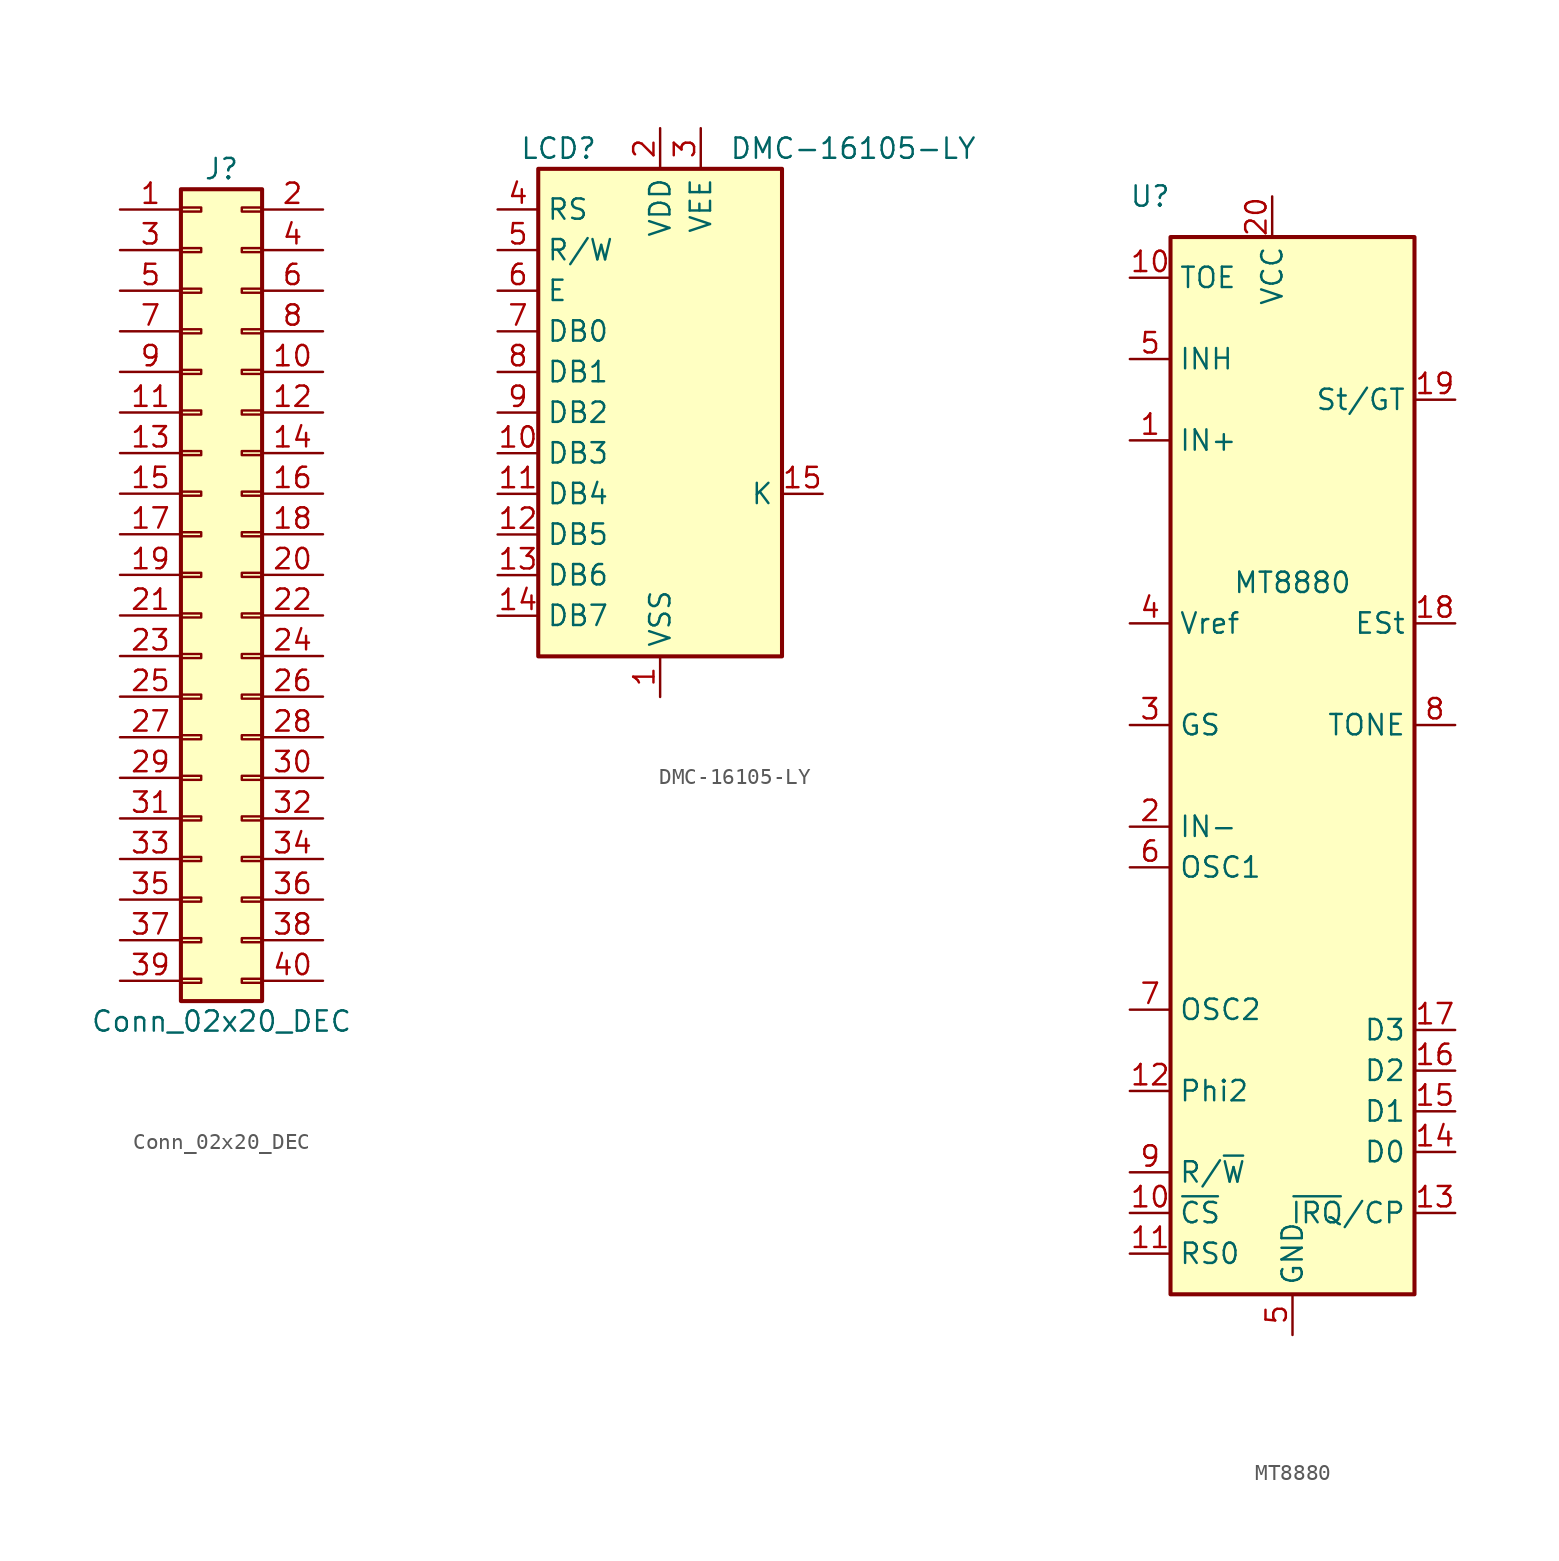
<source format=kicad_sym>
(kicad_symbol_lib
  (version 20220914)
  (generator kicad_symbol_editor)
  (symbol "Conn_02x20_DEC"
    (pin_names
      (offset 1.016) hide)
    (property "Reference" "J"
      (at 1.27 25.4 0)
      (effects (font (size 1.27 1.27))))
    (property "Value" "Conn_02x20_DEC"
      (at 1.27 -27.94 0)
      (effects (font (size 1.27 1.27))))
    (symbol "Conn_02x20_DEC_1_1"
      (rectangle (start -1.27 -25.273) (end 0 -25.527) (stroke (width 0.152) (type solid)) (fill (type none)))
      (rectangle (start -1.27 -22.733) (end 0 -22.987) (stroke (width 0.152) (type solid)) (fill (type none)))
      (rectangle (start -1.27 -20.193) (end 0 -20.447) (stroke (width 0.152) (type solid)) (fill (type none)))
      (rectangle (start -1.27 -17.653) (end 0 -17.907) (stroke (width 0.152) (type solid)) (fill (type none)))
      (rectangle (start -1.27 -15.113) (end 0 -15.367) (stroke (width 0.152) (type solid)) (fill (type none)))
      (rectangle (start -1.27 -12.573) (end 0 -12.827) (stroke (width 0.152) (type solid)) (fill (type none)))
      (rectangle (start -1.27 -10.033) (end 0 -10.287) (stroke (width 0.152) (type solid)) (fill (type none)))
      (rectangle (start -1.27 -7.493) (end 0 -7.747) (stroke (width 0.152) (type solid)) (fill (type none)))
      (rectangle (start -1.27 -4.953) (end 0 -5.207) (stroke (width 0.152) (type solid)) (fill (type none)))
      (rectangle (start -1.27 -2.413) (end 0 -2.667) (stroke (width 0.152) (type solid)) (fill (type none)))
      (rectangle (start -1.27 0.127) (end 0 -0.127) (stroke (width 0.152) (type solid)) (fill (type none)))
      (rectangle (start -1.27 2.667) (end 0 2.413) (stroke (width 0.152) (type solid)) (fill (type none)))
      (rectangle (start -1.27 5.207) (end 0 4.953) (stroke (width 0.152) (type solid)) (fill (type none)))
      (rectangle (start -1.27 7.747) (end 0 7.493) (stroke (width 0.152) (type solid)) (fill (type none)))
      (rectangle (start -1.27 10.287) (end 0 10.033) (stroke (width 0.152) (type solid)) (fill (type none)))
      (rectangle (start -1.27 12.827) (end 0 12.573) (stroke (width 0.152) (type solid)) (fill (type none)))
      (rectangle (start -1.27 15.367) (end 0 15.113) (stroke (width 0.152) (type solid)) (fill (type none)))
      (rectangle (start -1.27 17.907) (end 0 17.653) (stroke (width 0.152) (type solid)) (fill (type none)))
      (rectangle (start -1.27 20.447) (end 0 20.193) (stroke (width 0.152) (type solid)) (fill (type none)))
      (rectangle (start -1.27 22.987) (end 0 22.733) (stroke (width 0.152) (type solid)) (fill (type none)))
      (rectangle (start -1.27 24.13) (end 3.81 -26.67) (stroke (width 0.254) (type solid)) (fill (type background)))
      (rectangle (start 3.81 -25.273) (end 2.54 -25.527) (stroke (width 0.152) (type solid)) (fill (type none)))
      (rectangle (start 3.81 -22.733) (end 2.54 -22.987) (stroke (width 0.152) (type solid)) (fill (type none)))
      (rectangle (start 3.81 -20.193) (end 2.54 -20.447) (stroke (width 0.152) (type solid)) (fill (type none)))
      (rectangle (start 3.81 -17.653) (end 2.54 -17.907) (stroke (width 0.152) (type solid)) (fill (type none)))
      (rectangle (start 3.81 -15.113) (end 2.54 -15.367) (stroke (width 0.152) (type solid)) (fill (type none)))
      (rectangle (start 3.81 -12.573) (end 2.54 -12.827) (stroke (width 0.152) (type solid)) (fill (type none)))
      (rectangle (start 3.81 -10.033) (end 2.54 -10.287) (stroke (width 0.152) (type solid)) (fill (type none)))
      (rectangle (start 3.81 -7.493) (end 2.54 -7.747) (stroke (width 0.152) (type solid)) (fill (type none)))
      (rectangle (start 3.81 -4.953) (end 2.54 -5.207) (stroke (width 0.152) (type solid)) (fill (type none)))
      (rectangle (start 3.81 -2.413) (end 2.54 -2.667) (stroke (width 0.152) (type solid)) (fill (type none)))
      (rectangle (start 3.81 0.127) (end 2.54 -0.127) (stroke (width 0.152) (type solid)) (fill (type none)))
      (rectangle (start 3.81 2.667) (end 2.54 2.413) (stroke (width 0.152) (type solid)) (fill (type none)))
      (rectangle (start 3.81 5.207) (end 2.54 4.953) (stroke (width 0.152) (type solid)) (fill (type none)))
      (rectangle (start 3.81 7.747) (end 2.54 7.493) (stroke (width 0.152) (type solid)) (fill (type none)))
      (rectangle (start 3.81 10.287) (end 2.54 10.033) (stroke (width 0.152) (type solid)) (fill (type none)))
      (rectangle (start 3.81 12.827) (end 2.54 12.573) (stroke (width 0.152) (type solid)) (fill (type none)))
      (rectangle (start 3.81 15.367) (end 2.54 15.113) (stroke (width 0.152) (type solid)) (fill (type none)))
      (rectangle (start 3.81 17.907) (end 2.54 17.653) (stroke (width 0.152) (type solid)) (fill (type none)))
      (rectangle (start 3.81 20.447) (end 2.54 20.193) (stroke (width 0.152) (type solid)) (fill (type none)))
      (rectangle (start 3.81 22.987) (end 2.54 22.733) (stroke (width 0.152) (type solid)) (fill (type none)))
      (pin passive line (at -5.08 22.86 0) (length 3.81) (name "A" (effects (font (size 1.27 1.27)))) (number "1" (effects (font (size 1.27 1.27)))))
      (pin passive line (at 7.62 12.7 180) (length 3.81) (name "Pin_10" (effects (font (size 1.27 1.27)))) (number "10" (effects (font (size 1.27 1.27)))))
      (pin passive line (at -5.08 10.16 0) (length 3.81) (name "Pin_11" (effects (font (size 1.27 1.27)))) (number "11" (effects (font (size 1.27 1.27)))))
      (pin passive line (at 7.62 10.16 180) (length 3.81) (name "Pin_12" (effects (font (size 1.27 1.27)))) (number "12" (effects (font (size 1.27 1.27)))))
      (pin passive line (at -5.08 7.62 0) (length 3.81) (name "Pin_13" (effects (font (size 1.27 1.27)))) (number "13" (effects (font (size 1.27 1.27)))))
      (pin passive line (at 7.62 7.62 180) (length 3.81) (name "Pin_14" (effects (font (size 1.27 1.27)))) (number "14" (effects (font (size 1.27 1.27)))))
      (pin passive line (at -5.08 5.08 0) (length 3.81) (name "Pin_15" (effects (font (size 1.27 1.27)))) (number "15" (effects (font (size 1.27 1.27)))))
      (pin passive line (at 7.62 5.08 180) (length 3.81) (name "Pin_16" (effects (font (size 1.27 1.27)))) (number "16" (effects (font (size 1.27 1.27)))))
      (pin passive line (at -5.08 2.54 0) (length 3.81) (name "Pin_17" (effects (font (size 1.27 1.27)))) (number "17" (effects (font (size 1.27 1.27)))))
      (pin passive line (at 7.62 2.54 180) (length 3.81) (name "Pin_18" (effects (font (size 1.27 1.27)))) (number "18" (effects (font (size 1.27 1.27)))))
      (pin passive line (at -5.08 0 0) (length 3.81) (name "Pin_19" (effects (font (size 1.27 1.27)))) (number "19" (effects (font (size 1.27 1.27)))))
      (pin passive line (at 7.62 22.86 180) (length 3.81) (name "B" (effects (font (size 1.27 1.27)))) (number "2" (effects (font (size 1.27 1.27)))))
      (pin passive line (at 7.62 0 180) (length 3.81) (name "Pin_20" (effects (font (size 1.27 1.27)))) (number "20" (effects (font (size 1.27 1.27)))))
      (pin passive line (at -5.08 -2.54 0) (length 3.81) (name "Pin_21" (effects (font (size 1.27 1.27)))) (number "21" (effects (font (size 1.27 1.27)))))
      (pin passive line (at 7.62 -2.54 180) (length 3.81) (name "Pin_22" (effects (font (size 1.27 1.27)))) (number "22" (effects (font (size 1.27 1.27)))))
      (pin passive line (at -5.08 -5.08 0) (length 3.81) (name "Pin_23" (effects (font (size 1.27 1.27)))) (number "23" (effects (font (size 1.27 1.27)))))
      (pin passive line (at 7.62 -5.08 180) (length 3.81) (name "Pin_24" (effects (font (size 1.27 1.27)))) (number "24" (effects (font (size 1.27 1.27)))))
      (pin passive line (at -5.08 -7.62 0) (length 3.81) (name "Pin_25" (effects (font (size 1.27 1.27)))) (number "25" (effects (font (size 1.27 1.27)))))
      (pin passive line (at 7.62 -7.62 180) (length 3.81) (name "Pin_26" (effects (font (size 1.27 1.27)))) (number "26" (effects (font (size 1.27 1.27)))))
      (pin passive line (at -5.08 -10.16 0) (length 3.81) (name "Pin_27" (effects (font (size 1.27 1.27)))) (number "27" (effects (font (size 1.27 1.27)))))
      (pin passive line (at 7.62 -10.16 180) (length 3.81) (name "Pin_28" (effects (font (size 1.27 1.27)))) (number "28" (effects (font (size 1.27 1.27)))))
      (pin passive line (at -5.08 -12.7 0) (length 3.81) (name "Pin_29" (effects (font (size 1.27 1.27)))) (number "29" (effects (font (size 1.27 1.27)))))
      (pin passive line (at -5.08 20.32 0) (length 3.81) (name "Pin_3" (effects (font (size 1.27 1.27)))) (number "3" (effects (font (size 1.27 1.27)))))
      (pin passive line (at 7.62 -12.7 180) (length 3.81) (name "Pin_30" (effects (font (size 1.27 1.27)))) (number "30" (effects (font (size 1.27 1.27)))))
      (pin passive line (at -5.08 -15.24 0) (length 3.81) (name "Pin_31" (effects (font (size 1.27 1.27)))) (number "31" (effects (font (size 1.27 1.27)))))
      (pin passive line (at 7.62 -15.24 180) (length 3.81) (name "Pin_32" (effects (font (size 1.27 1.27)))) (number "32" (effects (font (size 1.27 1.27)))))
      (pin passive line (at -5.08 -17.78 0) (length 3.81) (name "Pin_33" (effects (font (size 1.27 1.27)))) (number "33" (effects (font (size 1.27 1.27)))))
      (pin passive line (at 7.62 -17.78 180) (length 3.81) (name "Pin_34" (effects (font (size 1.27 1.27)))) (number "34" (effects (font (size 1.27 1.27)))))
      (pin passive line (at -5.08 -20.32 0) (length 3.81) (name "Pin_35" (effects (font (size 1.27 1.27)))) (number "35" (effects (font (size 1.27 1.27)))))
      (pin passive line (at 7.62 -20.32 180) (length 3.81) (name "Pin_36" (effects (font (size 1.27 1.27)))) (number "36" (effects (font (size 1.27 1.27)))))
      (pin passive line (at -5.08 -22.86 0) (length 3.81) (name "Pin_37" (effects (font (size 1.27 1.27)))) (number "37" (effects (font (size 1.27 1.27)))))
      (pin passive line (at 7.62 -22.86 180) (length 3.81) (name "Pin_38" (effects (font (size 1.27 1.27)))) (number "38" (effects (font (size 1.27 1.27)))))
      (pin passive line (at -5.08 -25.4 0) (length 3.81) (name "Pin_39" (effects (font (size 1.27 1.27)))) (number "39" (effects (font (size 1.27 1.27)))))
      (pin passive line (at 7.62 20.32 180) (length 3.81) (name "Pin_4" (effects (font (size 1.27 1.27)))) (number "4" (effects (font (size 1.27 1.27)))))
      (pin passive line (at 7.62 -25.4 180) (length 3.81) (name "Pin_40" (effects (font (size 1.27 1.27)))) (number "40" (effects (font (size 1.27 1.27)))))
      (pin passive line (at -5.08 17.78 0) (length 3.81) (name "Pin_5" (effects (font (size 1.27 1.27)))) (number "5" (effects (font (size 1.27 1.27)))))
      (pin passive line (at 7.62 17.78 180) (length 3.81) (name "Pin_6" (effects (font (size 1.27 1.27)))) (number "6" (effects (font (size 1.27 1.27)))))
      (pin passive line (at -5.08 15.24 0) (length 3.81) (name "Pin_7" (effects (font (size 1.27 1.27)))) (number "7" (effects (font (size 1.27 1.27)))))
      (pin passive line (at 7.62 15.24 180) (length 3.81) (name "Pin_8" (effects (font (size 1.27 1.27)))) (number "8" (effects (font (size 1.27 1.27)))))
      (pin passive line (at -5.08 12.7 0) (length 3.81) (name "Pin_9" (effects (font (size 1.27 1.27)))) (number "9" (effects (font (size 1.27 1.27)))))))
  (symbol "DMC-16105-LY"
    (property "Reference" "LCD"
      (at -6.35 16.51 0)
      (effects (font (size 1.27 1.27))))
    (property "Value" "DMC-16105-LY"
      (at 4.318 16.51 0)
      (effects (font (size 1.27 1.27)) (justify left)))
    (symbol "DMC-16105-LY_0_1"
      (rectangle (start -7.62 15.24) (end 7.62 -15.24) (stroke (width 0.254) (type solid)) (fill (type background))))
    (symbol "DMC-16105-LY_1_1"
      (pin power_in line (at 0 -17.78 90) (length 2.54) (name "VSS" (effects (font (size 1.27 1.27)))) (number "1" (effects (font (size 1.27 1.27)))))
      (pin bidirectional line (at -10.16 -2.54 0) (length 2.54) (name "DB3" (effects (font (size 1.27 1.27)))) (number "10" (effects (font (size 1.27 1.27)))))
      (pin bidirectional line (at -10.16 -5.08 0) (length 2.54) (name "DB4" (effects (font (size 1.27 1.27)))) (number "11" (effects (font (size 1.27 1.27)))))
      (pin bidirectional line (at -10.16 -7.62 0) (length 2.54) (name "DB5" (effects (font (size 1.27 1.27)))) (number "12" (effects (font (size 1.27 1.27)))))
      (pin bidirectional line (at -10.16 -10.16 0) (length 2.54) (name "DB6" (effects (font (size 1.27 1.27)))) (number "13" (effects (font (size 1.27 1.27)))))
      (pin bidirectional line (at -10.16 -12.7 0) (length 2.54) (name "DB7" (effects (font (size 1.27 1.27)))) (number "14" (effects (font (size 1.27 1.27)))))
      (pin power_in line (at 10.16 -5.08 180) (length 2.54) (name "K" (effects (font (size 1.27 1.27)))) (number "15" (effects (font (size 1.27 1.27)))))
      (pin power_in line (at 0 17.78 270) (length 2.54) (name "VDD" (effects (font (size 1.27 1.27)))) (number "2" (effects (font (size 1.27 1.27)))))
      (pin power_in line (at 2.54 17.78 270) (length 2.54) (name "VEE" (effects (font (size 1.27 1.27)))) (number "3" (effects (font (size 1.27 1.27)))))
      (pin input line (at -10.16 12.7 0) (length 2.54) (name "RS" (effects (font (size 1.27 1.27)))) (number "4" (effects (font (size 1.27 1.27)))))
      (pin input line (at -10.16 10.16 0) (length 2.54) (name "R/W" (effects (font (size 1.27 1.27)))) (number "5" (effects (font (size 1.27 1.27)))))
      (pin input line (at -10.16 7.62 0) (length 2.54) (name "E" (effects (font (size 1.27 1.27)))) (number "6" (effects (font (size 1.27 1.27)))))
      (pin bidirectional line (at -10.16 5.08 0) (length 2.54) (name "DB0" (effects (font (size 1.27 1.27)))) (number "7" (effects (font (size 1.27 1.27)))))
      (pin bidirectional line (at -10.16 2.54 0) (length 2.54) (name "DB1" (effects (font (size 1.27 1.27)))) (number "8" (effects (font (size 1.27 1.27)))))
      (pin bidirectional line (at -10.16 0 0) (length 2.54) (name "DB2" (effects (font (size 1.27 1.27)))) (number "9" (effects (font (size 1.27 1.27)))))))
  (symbol "MT8880"
    (property "Reference" "U"
      (at -8.89 20.32 0)
      (effects (font (size 1.27 1.27))))
    (property "Value" "MT8880"
      (at 0 -3.81 0)
      (effects (font (size 1.27 1.27))))
    (symbol "MT8880_1_0"
      (pin input line (at -10.16 5.08 0) (length 2.54) (name "IN+" (effects (font (size 1.27 1.27)))) (number "1" (effects (font (size 1.27 1.27)))))
      (pin input line (at -10.16 15.24 0) (length 2.54) (name "TOE" (effects (font (size 1.27 1.27)))) (number "10" (effects (font (size 1.27 1.27)))))
      (pin input line (at -10.16 -43.18 0) (length 2.54) (name "~{CS}" (effects (font (size 1.27 1.27)))) (number "10" (effects (font (size 1.27 1.27)))))
      (pin input line (at -10.16 -45.72 0) (length 2.54) (name "RS0" (effects (font (size 1.27 1.27)))) (number "11" (effects (font (size 1.27 1.27)))))
      (pin input line (at -10.16 -35.56 0) (length 2.54) (name "Phi2" (effects (font (size 1.27 1.27)))) (number "12" (effects (font (size 1.27 1.27)))))
      (pin output line (at 10.16 -43.18 180) (length 2.54) (name "~{IRQ}/CP" (effects (font (size 1.27 1.27)))) (number "13" (effects (font (size 1.27 1.27)))))
      (pin tri_state line (at 10.16 -39.37 180) (length 2.54) (name "D0" (effects (font (size 1.27 1.27)))) (number "14" (effects (font (size 1.27 1.27)))))
      (pin tri_state line (at 10.16 -36.83 180) (length 2.54) (name "D1" (effects (font (size 1.27 1.27)))) (number "15" (effects (font (size 1.27 1.27)))))
      (pin tri_state line (at 10.16 -34.29 180) (length 2.54) (name "D2" (effects (font (size 1.27 1.27)))) (number "16" (effects (font (size 1.27 1.27)))))
      (pin tri_state line (at 10.16 -31.75 180) (length 2.54) (name "D3" (effects (font (size 1.27 1.27)))) (number "17" (effects (font (size 1.27 1.27)))))
      (pin tri_state line (at 10.16 -6.35 180) (length 2.54) (name "ESt" (effects (font (size 1.27 1.27)))) (number "18" (effects (font (size 1.27 1.27)))))
      (pin output line (at 10.16 7.62 180) (length 2.54) (name "St/GT" (effects (font (size 1.27 1.27)))) (number "19" (effects (font (size 1.27 1.27)))))
      (pin input line (at -10.16 -19.05 0) (length 2.54) (name "IN-" (effects (font (size 1.27 1.27)))) (number "2" (effects (font (size 1.27 1.27)))))
      (pin power_in line (at -1.27 20.32 270) (length 2.54) (name "VCC" (effects (font (size 1.27 1.27)))) (number "20" (effects (font (size 1.27 1.27)))))
      (pin passive line (at -10.16 -12.7 0) (length 2.54) (name "GS" (effects (font (size 1.27 1.27)))) (number "3" (effects (font (size 1.27 1.27)))))
      (pin output line (at -10.16 -6.35 0) (length 2.54) (name "Vref" (effects (font (size 1.27 1.27)))) (number "4" (effects (font (size 1.27 1.27)))))
      (pin power_in line (at 0 -50.8 90) (length 2.54) (name "GND" (effects (font (size 1.27 1.27)))) (number "5" (effects (font (size 1.27 1.27)))))
      (pin input line (at -10.16 10.16 0) (length 2.54) (name "INH" (effects (font (size 1.27 1.27)))) (number "5" (effects (font (size 1.27 1.27)))))
      (pin input line (at -10.16 -21.59 0) (length 2.54) (name "OSC1" (effects (font (size 1.27 1.27)))) (number "6" (effects (font (size 1.27 1.27)))))
      (pin output line (at -10.16 -30.48 0) (length 2.54) (name "OSC2" (effects (font (size 1.27 1.27)))) (number "7" (effects (font (size 1.27 1.27)))))
      (pin output line (at 10.16 -12.7 180) (length 2.54) (name "TONE" (effects (font (size 1.27 1.27)))) (number "8" (effects (font (size 1.27 1.27)))))
      (pin input line (at -10.16 -40.64 0) (length 2.54) (name "R/~{W}" (effects (font (size 1.27 1.27)))) (number "9" (effects (font (size 1.27 1.27))))))
    (symbol "MT8880_1_1"
      (rectangle (start -7.62 17.78) (end 7.62 -48.26) (stroke (width 0.254) (type solid)) (fill (type background))))))
</source>
